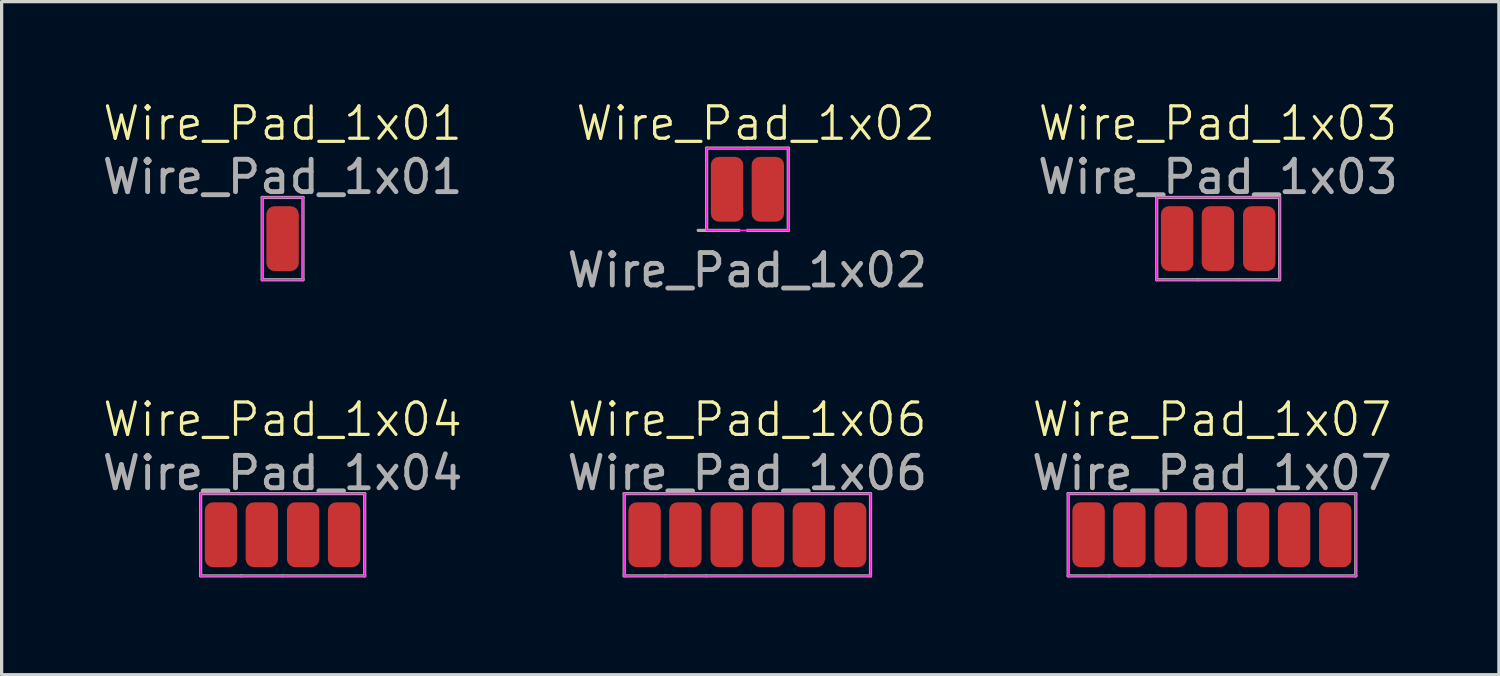
<source format=kicad_pcb>
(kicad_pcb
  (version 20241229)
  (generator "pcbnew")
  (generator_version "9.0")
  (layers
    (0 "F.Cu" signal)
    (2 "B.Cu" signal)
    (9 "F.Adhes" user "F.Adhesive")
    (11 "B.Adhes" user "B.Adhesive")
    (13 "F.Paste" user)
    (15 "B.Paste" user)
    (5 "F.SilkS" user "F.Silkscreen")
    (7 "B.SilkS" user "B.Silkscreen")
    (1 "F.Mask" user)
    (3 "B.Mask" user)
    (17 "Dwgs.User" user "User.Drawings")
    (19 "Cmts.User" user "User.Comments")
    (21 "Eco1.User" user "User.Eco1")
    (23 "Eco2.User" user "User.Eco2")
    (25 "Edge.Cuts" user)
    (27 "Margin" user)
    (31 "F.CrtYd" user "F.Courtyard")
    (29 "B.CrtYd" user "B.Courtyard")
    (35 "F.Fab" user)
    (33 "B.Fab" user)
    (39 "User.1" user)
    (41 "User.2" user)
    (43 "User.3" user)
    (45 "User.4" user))
  (footprint "Wire_Pad_1x06"
    (layer "F.Cu")
    (at 20.018 13.457)
    (property "Reference" "Wire_Pad_1x06" (at 0 -3.556 0) (unlocked yes) (layer "F.SilkS") (effects (font (size 1 1) (thickness 0.1))))
    (attr smd)
    (fp_line (start -3.8 -1.27) (end -3.8 1.27) (stroke (width 0.05) (type solid)) (layer "F.CrtYd"))
    (fp_line (start -3.8 1.27) (end -2.54 1.27) (stroke (width 0.05) (type solid)) (layer "F.CrtYd"))
    (fp_line (start -2.54 -1.27) (end -3.8 -1.27) (stroke (width 0.05) (type solid)) (layer "F.CrtYd"))
    (fp_line (start -2.54 1.27) (end -1.28 1.27) (stroke (width 0.05) (type solid)) (layer "F.CrtYd"))
    (fp_line (start -1.28 -1.27) (end -2.54 -1.27) (stroke (width 0.05) (type solid)) (layer "F.CrtYd"))
    (fp_line (start -1.265 1.27) (end 3.805 1.27) (stroke (width 0.05) (type solid)) (layer "F.CrtYd"))
    (fp_line (start 3.805 -1.27) (end -1.265 -1.27) (stroke (width 0.05) (type solid)) (layer "F.CrtYd"))
    (fp_line (start 3.805 1.27) (end 3.805 -1.27) (stroke (width 0.05) (type solid)) (layer "F.CrtYd"))
    (fp_line (start -3.8 -1.27) (end -2.54 -1.27) (stroke (width 0.1) (type solid)) (layer "F.Fab"))
    (fp_line (start -3.8 1.27) (end -3.8 -1.27) (stroke (width 0.1) (type solid)) (layer "F.Fab"))
    (fp_line (start -2.54 -1.27) (end -1.28 -1.27) (stroke (width 0.1) (type solid)) (layer "F.Fab"))
    (fp_line (start -2.54 1.27) (end -3.8 1.27) (stroke (width 0.1) (type solid)) (layer "F.Fab"))
    (fp_line (start -1.28 1.27) (end -2.54 1.27) (stroke (width 0.1) (type solid)) (layer "F.Fab"))
    (fp_line (start -1.265 -1.27) (end 3.805 -1.27) (stroke (width 0.1) (type solid)) (layer "F.Fab"))
    (fp_line (start 3.805 -1.27) (end 3.805 1.27) (stroke (width 0.1) (type solid)) (layer "F.Fab"))
    (fp_line (start 3.805 1.27) (end -1.265 1.27) (stroke (width 0.1) (type solid)) (layer "F.Fab"))
    (fp_text user "${REFERENCE}" (at 0 -1.905 0) (layer "F.Fab") (effects (font (size 1 1) (thickness 0.15))))
    (pad "1" smd roundrect (at -3.17 0) (size 1 2) (layers "F.Cu" "F.Mask" "F.Paste") (roundrect_rratio 0.25))
    (pad "2" smd roundrect (at -1.91 0) (size 1 2) (layers "F.Cu" "F.Mask" "F.Paste") (roundrect_rratio 0.25))
    (pad "3" smd roundrect (at -0.635 0) (size 1 2) (layers "F.Cu" "F.Mask" "F.Paste") (roundrect_rratio 0.25))
    (pad "4" smd roundrect (at 0.64 0) (size 1 2) (layers "F.Cu" "F.Mask" "F.Paste") (roundrect_rratio 0.25))
    (pad "5" smd roundrect (at 1.9 0) (size 1 2) (layers "F.Cu" "F.Mask" "F.Paste") (roundrect_rratio 0.25))
    (pad "6" smd roundrect (at 3.175 0) (size 1 2) (layers "F.Cu" "F.Mask" "F.Paste") (roundrect_rratio 0.25)))
  (footprint "Wire_Pad_1x04"
    (layer "F.Cu")
    (at 5.673 13.457)
    (property "Reference" "Wire_Pad_1x04" (at 0 -3.556 0) (unlocked yes) (layer "F.SilkS") (effects (font (size 1 1) (thickness 0.1))))
    (attr smd)
    (fp_line (start -2.53 -1.27) (end -2.53 1.27) (stroke (width 0.05) (type solid)) (layer "F.CrtYd"))
    (fp_line (start -2.53 1.27) (end -1.27 1.27) (stroke (width 0.05) (type solid)) (layer "F.CrtYd"))
    (fp_line (start -1.27 -1.27) (end -2.53 -1.27) (stroke (width 0.05) (type solid)) (layer "F.CrtYd"))
    (fp_line (start -1.27 1.27) (end -0.01 1.27) (stroke (width 0.05) (type solid)) (layer "F.CrtYd"))
    (fp_line (start -0.01 -1.27) (end -1.27 -1.27) (stroke (width 0.05) (type solid)) (layer "F.CrtYd"))
    (fp_line (start 0.005 1.27) (end 2.535 1.27) (stroke (width 0.05) (type solid)) (layer "F.CrtYd"))
    (fp_line (start 2.535 -1.27) (end 0.005 -1.27) (stroke (width 0.05) (type solid)) (layer "F.CrtYd"))
    (fp_line (start 2.535 1.27) (end 2.535 -1.27) (stroke (width 0.05) (type solid)) (layer "F.CrtYd"))
    (fp_line (start -2.53 -1.27) (end -1.27 -1.27) (stroke (width 0.1) (type solid)) (layer "F.Fab"))
    (fp_line (start -2.53 1.27) (end -2.53 -1.27) (stroke (width 0.1) (type solid)) (layer "F.Fab"))
    (fp_line (start -1.27 -1.27) (end -0.01 -1.27) (stroke (width 0.1) (type solid)) (layer "F.Fab"))
    (fp_line (start -1.27 1.27) (end -2.53 1.27) (stroke (width 0.1) (type solid)) (layer "F.Fab"))
    (fp_line (start -0.01 1.27) (end -1.27 1.27) (stroke (width 0.1) (type solid)) (layer "F.Fab"))
    (fp_line (start 0.005 -1.27) (end 2.535 -1.27) (stroke (width 0.1) (type solid)) (layer "F.Fab"))
    (fp_line (start 2.535 -1.27) (end 2.535 1.27) (stroke (width 0.1) (type solid)) (layer "F.Fab"))
    (fp_line (start 2.535 1.27) (end 0.005 1.27) (stroke (width 0.1) (type solid)) (layer "F.Fab"))
    (fp_text user "${REFERENCE}" (at 0 -1.905 0) (layer "F.Fab") (effects (font (size 1 1) (thickness 0.15))))
    (pad "1" smd roundrect (at -1.9 0) (size 1 2) (layers "F.Cu" "F.Mask" "F.Paste") (roundrect_rratio 0.25))
    (pad "2" smd roundrect (at -0.64 0) (size 1 2) (layers "F.Cu" "F.Mask" "F.Paste") (roundrect_rratio 0.25))
    (pad "3" smd roundrect (at 0.635 0) (size 1 2) (layers "F.Cu" "F.Mask" "F.Paste") (roundrect_rratio 0.25))
    (pad "4" smd roundrect (at 1.9 0) (size 1 2) (layers "F.Cu" "F.Mask" "F.Paste") (roundrect_rratio 0.25)))
  (footprint "Wire_Pad_1x01"
    (layer "F.Cu")
    (at 5.673 4.316)
    (property "Reference" "Wire_Pad_1x01" (at 0 -3.556 0) (unlocked yes) (layer "F.SilkS") (effects (font (size 1 1) (thickness 0.1))))
    (attr smd)
    (fp_line (start -0.63 -1.27) (end -0.63 1.27) (stroke (width 0.05) (type solid)) (layer "F.CrtYd"))
    (fp_line (start -0.63 1.27) (end 0.63 1.27) (stroke (width 0.05) (type solid)) (layer "F.CrtYd"))
    (fp_line (start 0.63 -1.27) (end -0.63 -1.27) (stroke (width 0.05) (type solid)) (layer "F.CrtYd"))
    (fp_line (start 0.63 1.27) (end 0.63 -1.27) (stroke (width 0.05) (type solid)) (layer "F.CrtYd"))
    (fp_line (start -0.63 -1.27) (end 0.63 -1.27) (stroke (width 0.1) (type solid)) (layer "F.Fab"))
    (fp_line (start -0.63 1.27) (end -0.63 -1.27) (stroke (width 0.1) (type solid)) (layer "F.Fab"))
    (fp_line (start 0.63 -1.27) (end 0.63 1.27) (stroke (width 0.1) (type solid)) (layer "F.Fab"))
    (fp_line (start 0.63 1.27) (end -0.63 1.27) (stroke (width 0.1) (type solid)) (layer "F.Fab"))
    (fp_text user "${REFERENCE}" (at 0 -1.905 0) (layer "F.Fab") (effects (font (size 1 1) (thickness 0.15))))
    (pad "1" smd roundrect (at 0 0) (size 1 2) (layers "F.Cu" "F.Mask" "F.Paste") (roundrect_rratio 0.25)))
  (footprint "Wire_Pad_1x07"
    (layer "F.Cu")
    (at 34.363 13.457)
    (property "Reference" "Wire_Pad_1x07" (at 0 -3.556 0) (unlocked yes) (layer "F.SilkS") (effects (font (size 1 1) (thickness 0.1))))
    (attr smd)
    (fp_line (start -4.44 -1.27) (end -4.44 1.27) (stroke (width 0.05) (type solid)) (layer "F.CrtYd"))
    (fp_line (start -4.44 1.27) (end -3.18 1.27) (stroke (width 0.05) (type solid)) (layer "F.CrtYd"))
    (fp_line (start -3.18 -1.27) (end -4.44 -1.27) (stroke (width 0.05) (type solid)) (layer "F.CrtYd"))
    (fp_line (start -3.18 1.27) (end -1.92 1.27) (stroke (width 0.05) (type solid)) (layer "F.CrtYd"))
    (fp_line (start -1.92 -1.27) (end -3.18 -1.27) (stroke (width 0.05) (type solid)) (layer "F.CrtYd"))
    (fp_line (start -1.905 1.27) (end 4.44 1.27) (stroke (width 0.05) (type solid)) (layer "F.CrtYd"))
    (fp_line (start 4.44 -1.27) (end -1.905 -1.27) (stroke (width 0.05) (type solid)) (layer "F.CrtYd"))
    (fp_line (start 4.44 1.27) (end 4.44 -1.27) (stroke (width 0.05) (type solid)) (layer "F.CrtYd"))
    (fp_line (start -4.44 -1.27) (end -3.18 -1.27) (stroke (width 0.1) (type solid)) (layer "F.Fab"))
    (fp_line (start -4.44 1.27) (end -4.44 -1.27) (stroke (width 0.1) (type solid)) (layer "F.Fab"))
    (fp_line (start -3.18 -1.27) (end -1.92 -1.27) (stroke (width 0.1) (type solid)) (layer "F.Fab"))
    (fp_line (start -3.18 1.27) (end -4.44 1.27) (stroke (width 0.1) (type solid)) (layer "F.Fab"))
    (fp_line (start -1.92 1.27) (end -3.18 1.27) (stroke (width 0.1) (type solid)) (layer "F.Fab"))
    (fp_line (start -1.905 -1.27) (end 4.44 -1.27) (stroke (width 0.1) (type solid)) (layer "F.Fab"))
    (fp_line (start 4.44 -1.27) (end 4.44 1.27) (stroke (width 0.1) (type solid)) (layer "F.Fab"))
    (fp_line (start 4.44 1.27) (end -1.905 1.27) (stroke (width 0.1) (type solid)) (layer "F.Fab"))
    (fp_text user "${REFERENCE}" (at 0 -1.905 0) (layer "F.Fab") (effects (font (size 1 1) (thickness 0.15))))
    (pad "1" smd roundrect (at -3.81 0) (size 1 2) (layers "F.Cu" "F.Mask" "F.Paste") (roundrect_rratio 0.25))
    (pad "2" smd roundrect (at -2.55 0) (size 1 2) (layers "F.Cu" "F.Mask" "F.Paste") (roundrect_rratio 0.25))
    (pad "3" smd roundrect (at -1.275 0) (size 1 2) (layers "F.Cu" "F.Mask" "F.Paste") (roundrect_rratio 0.25))
    (pad "4" smd roundrect (at -0.01 0) (size 1 2) (layers "F.Cu" "F.Mask" "F.Paste") (roundrect_rratio 0.25))
    (pad "5" smd roundrect (at 1.27 0) (size 1 2) (layers "F.Cu" "F.Mask" "F.Paste") (roundrect_rratio 0.25))
    (pad "6" smd roundrect (at 2.535 0) (size 1 2) (layers "F.Cu" "F.Mask" "F.Paste") (roundrect_rratio 0.25))
    (pad "7" smd roundrect (at 3.805 0) (size 1 2) (layers "F.Cu" "F.Mask" "F.Paste") (roundrect_rratio 0.25)))
  (footprint "Wire_Pad_1x03"
    (layer "F.Cu")
    (at 34.547 4.316)
    (property "Reference" "Wire_Pad_1x03" (at 0 -3.556 0) (unlocked yes) (layer "F.SilkS") (effects (font (size 1 1) (thickness 0.1))))
    (attr smd)
    (fp_line (start -1.89 -1.27) (end -1.89 1.27) (stroke (width 0.05) (type solid)) (layer "F.CrtYd"))
    (fp_line (start -1.89 1.27) (end -0.63 1.27) (stroke (width 0.05) (type solid)) (layer "F.CrtYd"))
    (fp_line (start -0.63 -1.27) (end -1.89 -1.27) (stroke (width 0.05) (type solid)) (layer "F.CrtYd"))
    (fp_line (start -0.63 1.27) (end 0.63 1.27) (stroke (width 0.05) (type solid)) (layer "F.CrtYd"))
    (fp_line (start 0.63 -1.27) (end -0.63 -1.27) (stroke (width 0.05) (type solid)) (layer "F.CrtYd"))
    (fp_line (start 0.645 1.27) (end 1.905 1.27) (stroke (width 0.05) (type solid)) (layer "F.CrtYd"))
    (fp_line (start 1.905 -1.27) (end 0.645 -1.27) (stroke (width 0.05) (type solid)) (layer "F.CrtYd"))
    (fp_line (start 1.905 1.27) (end 1.905 -1.27) (stroke (width 0.05) (type solid)) (layer "F.CrtYd"))
    (fp_line (start -1.89 -1.27) (end -0.63 -1.27) (stroke (width 0.1) (type solid)) (layer "F.Fab"))
    (fp_line (start -1.89 1.27) (end -1.89 -1.27) (stroke (width 0.1) (type solid)) (layer "F.Fab"))
    (fp_line (start -0.63 -1.27) (end 0.63 -1.27) (stroke (width 0.1) (type solid)) (layer "F.Fab"))
    (fp_line (start -0.63 1.27) (end -1.89 1.27) (stroke (width 0.1) (type solid)) (layer "F.Fab"))
    (fp_line (start 0.63 1.27) (end -0.63 1.27) (stroke (width 0.1) (type solid)) (layer "F.Fab"))
    (fp_line (start 0.645 -1.27) (end 1.905 -1.27) (stroke (width 0.1) (type solid)) (layer "F.Fab"))
    (fp_line (start 1.905 -1.27) (end 1.905 1.27) (stroke (width 0.1) (type solid)) (layer "F.Fab"))
    (fp_line (start 1.905 1.27) (end 0.645 1.27) (stroke (width 0.1) (type solid)) (layer "F.Fab"))
    (fp_text user "${REFERENCE}" (at 0 -1.905 0) (layer "F.Fab") (effects (font (size 1 1) (thickness 0.15))))
    (pad "1" smd roundrect (at -1.26 0) (size 1 2) (layers "F.Cu" "F.Mask" "F.Paste") (roundrect_rratio 0.25))
    (pad "2" smd roundrect (at 0 0) (size 1 2) (layers "F.Cu" "F.Mask" "F.Paste") (roundrect_rratio 0.25))
    (pad "3" smd roundrect (at 1.275 0) (size 1 2) (layers "F.Cu" "F.Mask" "F.Paste") (roundrect_rratio 0.25)))
  (footprint "Wire_Pad_1x02"
    (layer "F.Cu")
    (at 20.018 2.792)
    (property "Reference" "Wire_Pad_1x02" (at 0.259 -2.032 0) (unlocked yes) (layer "F.SilkS") (effects (font (size 1 1) (thickness 0.1))))
    (attr smd)
    (fp_line (start -1.255 -1.27) (end -1.255 1.27) (stroke (width 0.05) (type solid)) (layer "F.CrtYd"))
    (fp_line (start -1.255 1.27) (end 0 1.27) (stroke (width 0.05) (type solid)) (layer "F.CrtYd"))
    (fp_line (start 0.005 -1.27) (end -1.255 -1.27) (stroke (width 0.05) (type solid)) (layer "F.CrtYd"))
    (fp_line (start 0.005 1.27) (end 1.265 1.27) (stroke (width 0.05) (type solid)) (layer "F.CrtYd"))
    (fp_line (start 1.265 -1.27) (end 0.005 -1.27) (stroke (width 0.05) (type solid)) (layer "F.CrtYd"))
    (fp_line (start 1.265 1.27) (end 1.265 -1.27) (stroke (width 0.05) (type solid)) (layer "F.CrtYd"))
    (fp_line (start -1.255 -1.27) (end 0.005 -1.27) (stroke (width 0.1) (type solid)) (layer "F.Fab"))
    (fp_line (start -1.255 1.27) (end -1.255 -1.27) (stroke (width 0.1) (type solid)) (layer "F.Fab"))
    (fp_line (start -0.254 1.27) (end -1.514 1.27) (stroke (width 0.1) (type solid)) (layer "F.Fab"))
    (fp_line (start 0.005 -1.27) (end 1.265 -1.27) (stroke (width 0.1) (type solid)) (layer "F.Fab"))
    (fp_line (start 1.265 -1.27) (end 1.265 1.27) (stroke (width 0.1) (type solid)) (layer "F.Fab"))
    (fp_line (start 1.265 1.27) (end 0.005 1.27) (stroke (width 0.1) (type solid)) (layer "F.Fab"))
    (fp_text user "${REFERENCE}" (at 0 2.5 0) (unlocked yes) (layer "F.Fab") (effects (font (size 1 1) (thickness 0.15))))
    (pad "1" smd roundrect (at -0.625 0) (size 1 2) (layers "F.Cu" "F.Mask" "F.Paste") (roundrect_rratio 0.25))
    (pad "2" smd roundrect (at 0.635 0) (size 1 2) (layers "F.Cu" "F.Mask" "F.Paste") (roundrect_rratio 0.25)))
  (gr_rect
    (start -3 -3)
    (end 43.22 17.777)
    (stroke (width 0.1) (type default))
    (fill no)
    (layer "Edge.Cuts")))
</source>
